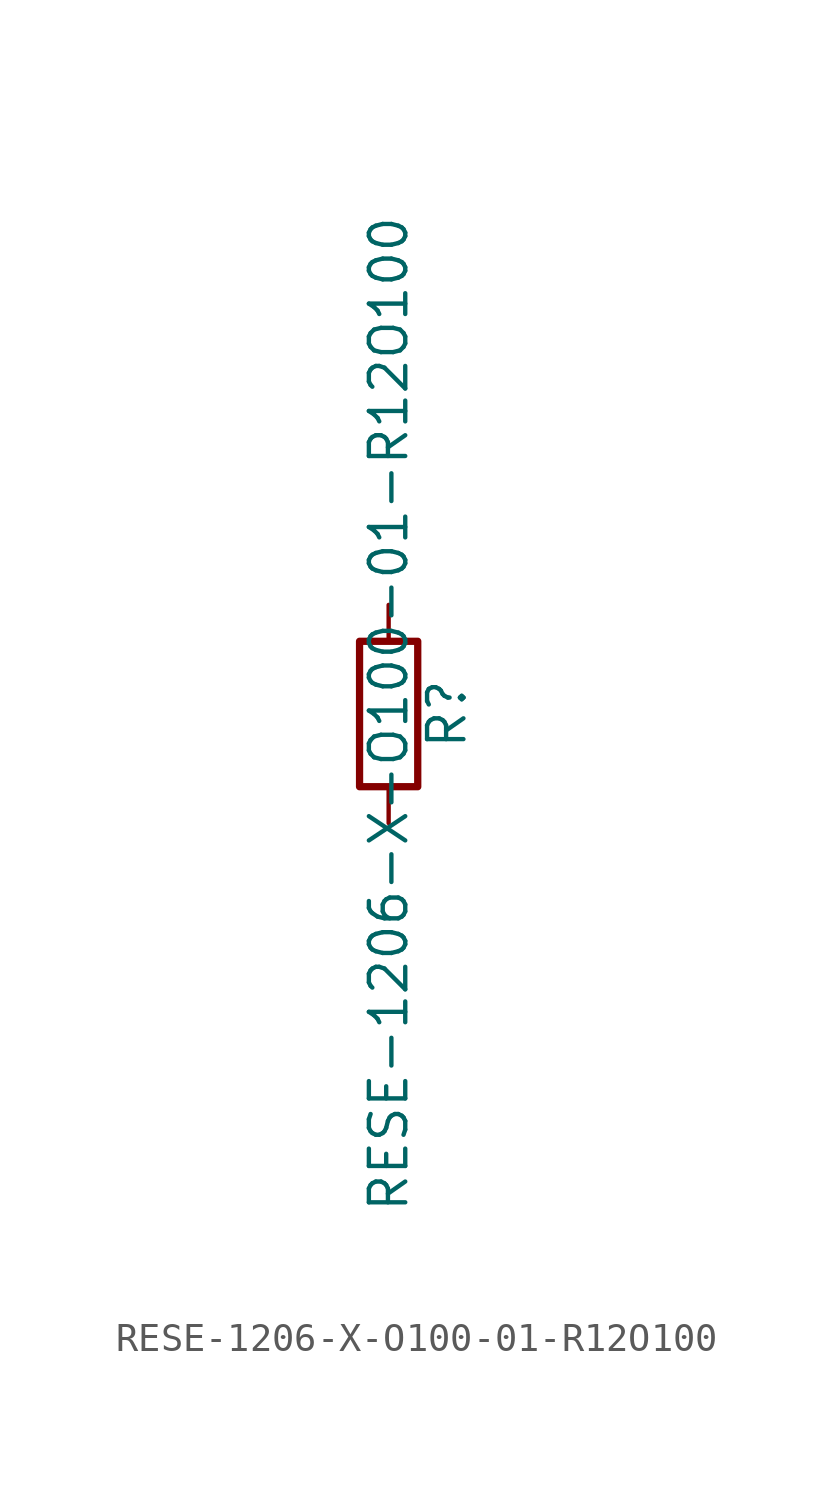
<source format=kicad_sym>
(kicad_symbol_lib
  (version 20211014)
  (generator kicad_symbol_editor)
  (symbol "RESE-1206-X-O100-01-R12O100"
    (pin_numbers hide)
    (pin_names
      (offset 0))
    (property "Reference" "R"
      (at 2.032 0 90)
      (effects (font (size 1.27 1.27))))
    (property "Value" "RESE-1206-X-O100-01-R12O100"
      (at 0 0 90)
      (effects (font (size 1.27 1.27))))
    (symbol "RESE-1206-X-O100-01-R12O100_0_1"
      (rectangle (start -1.016 -2.54) (end 1.016 2.54) (stroke (width 0.254) (type default) (color 0 0 0 0)) (fill (type none))))
    (symbol "RESE-1206-X-O100-01-R12O100_1_1"
      (pin passive line (at 0 3.81 270) (length 1.27) (name "~" (effects (font (size 1.27 1.27)))) (number "1" (effects (font (size 1.27 1.27)))))
      (pin passive line (at 0 -3.81 90) (length 1.27) (name "~" (effects (font (size 1.27 1.27)))) (number "2" (effects (font (size 1.27 1.27))))))))
</source>
